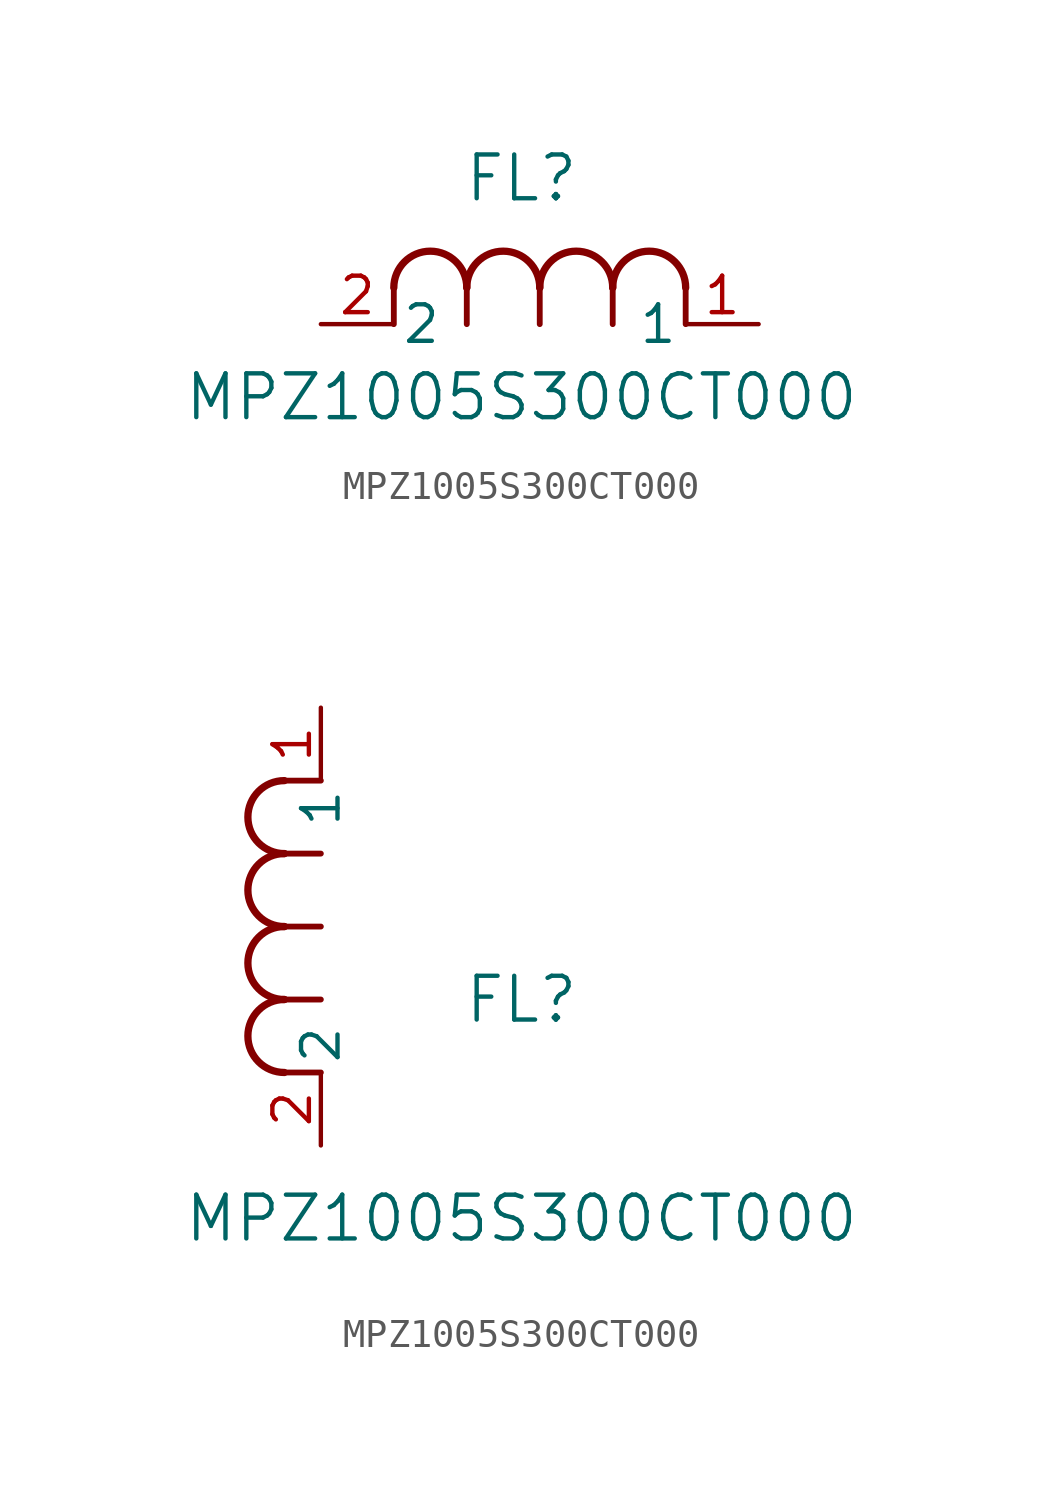
<source format=kicad_sym>
(kicad_symbol_lib
  (version 20211014)
  (generator kicad_symbol_editor)
  (symbol "MPZ1005S300CT000"
    (pin_names
      (offset 0.254))
    (property "Reference" "FL"
      (at 6.985 5.08 0)
      (effects (font (size 1.524 1.524))))
    (property "Value" "MPZ1005S300CT000"
      (at 6.985 -2.54 0)
      (effects (font (size 1.524 1.524))))
    (symbol "MPZ1005S300CT000_1_1"
      (arc (start 7.62 1.27) (mid 6.35 2.54) (end 5.08 1.27) (stroke (width 0.254) (type default) (color 0 0 0 0)) (fill (type none)))
      (polyline (pts (xy 5.08 0) (xy 5.08 1.27)) (stroke (width 0.203) (type default) (color 0 0 0 0)) (fill (type none)))
      (polyline (pts (xy 7.62 0) (xy 7.62 1.27)) (stroke (width 0.203) (type default) (color 0 0 0 0)) (fill (type none)))
      (polyline (pts (xy 12.7 0) (xy 12.7 1.27)) (stroke (width 0.203) (type default) (color 0 0 0 0)) (fill (type none)))
      (arc (start 5.08 1.27) (mid 3.81 2.54) (end 2.54 1.27) (stroke (width 0.254) (type default) (color 0 0 0 0)) (fill (type none)))
      (arc (start 10.16 1.27) (mid 8.89 2.54) (end 7.62 1.27) (stroke (width 0.254) (type default) (color 0 0 0 0)) (fill (type none)))
      (arc (start 12.7 1.27) (mid 11.43 2.54) (end 10.16 1.27) (stroke (width 0.254) (type default) (color 0 0 0 0)) (fill (type none)))
      (polyline (pts (xy 2.54 0) (xy 2.54 1.27)) (stroke (width 0.203) (type default) (color 0 0 0 0)) (fill (type none)))
      (polyline (pts (xy 10.16 0) (xy 10.16 1.27)) (stroke (width 0.203) (type default) (color 0 0 0 0)) (fill (type none)))
      (pin unspecified line (at 0 0 0) (length 2.54) (name "2" (effects (font (size 1.27 1.27)))) (number "2" (effects (font (size 1.27 1.27)))))
      (pin unspecified line (at 15.24 0 180) (length 2.54) (name "1" (effects (font (size 1.27 1.27)))) (number "1" (effects (font (size 1.27 1.27))))))
    (symbol "MPZ1005S300CT000_1_2"
      (arc (start -1.27 7.62) (mid -2.54 6.35) (end -1.27 5.08) (stroke (width 0.254) (type default) (color 0 0 0 0)) (fill (type none)))
      (arc (start -1.27 5.08) (mid -2.54 3.81) (end -1.27 2.54) (stroke (width 0.254) (type default) (color 0 0 0 0)) (fill (type none)))
      (arc (start -1.27 12.7) (mid -2.54 11.43) (end -1.27 10.16) (stroke (width 0.254) (type default) (color 0 0 0 0)) (fill (type none)))
      (arc (start -1.27 10.16) (mid -2.54 8.89) (end -1.27 7.62) (stroke (width 0.254) (type default) (color 0 0 0 0)) (fill (type none)))
      (polyline (pts (xy 0 7.62) (xy -1.27 7.62)) (stroke (width 0.203) (type default) (color 0 0 0 0)) (fill (type none)))
      (polyline (pts (xy 0 5.08) (xy -1.27 5.08)) (stroke (width 0.203) (type default) (color 0 0 0 0)) (fill (type none)))
      (polyline (pts (xy 0 12.7) (xy -1.27 12.7)) (stroke (width 0.203) (type default) (color 0 0 0 0)) (fill (type none)))
      (polyline (pts (xy 0 2.54) (xy -1.27 2.54)) (stroke (width 0.203) (type default) (color 0 0 0 0)) (fill (type none)))
      (polyline (pts (xy 0 10.16) (xy -1.27 10.16)) (stroke (width 0.203) (type default) (color 0 0 0 0)) (fill (type none)))
      (pin unspecified line (at 0 0 90) (length 2.54) (name "2" (effects (font (size 1.27 1.27)))) (number "2" (effects (font (size 1.27 1.27)))))
      (pin unspecified line (at 0 15.24 270) (length 2.54) (name "1" (effects (font (size 1.27 1.27)))) (number "1" (effects (font (size 1.27 1.27))))))))
</source>
